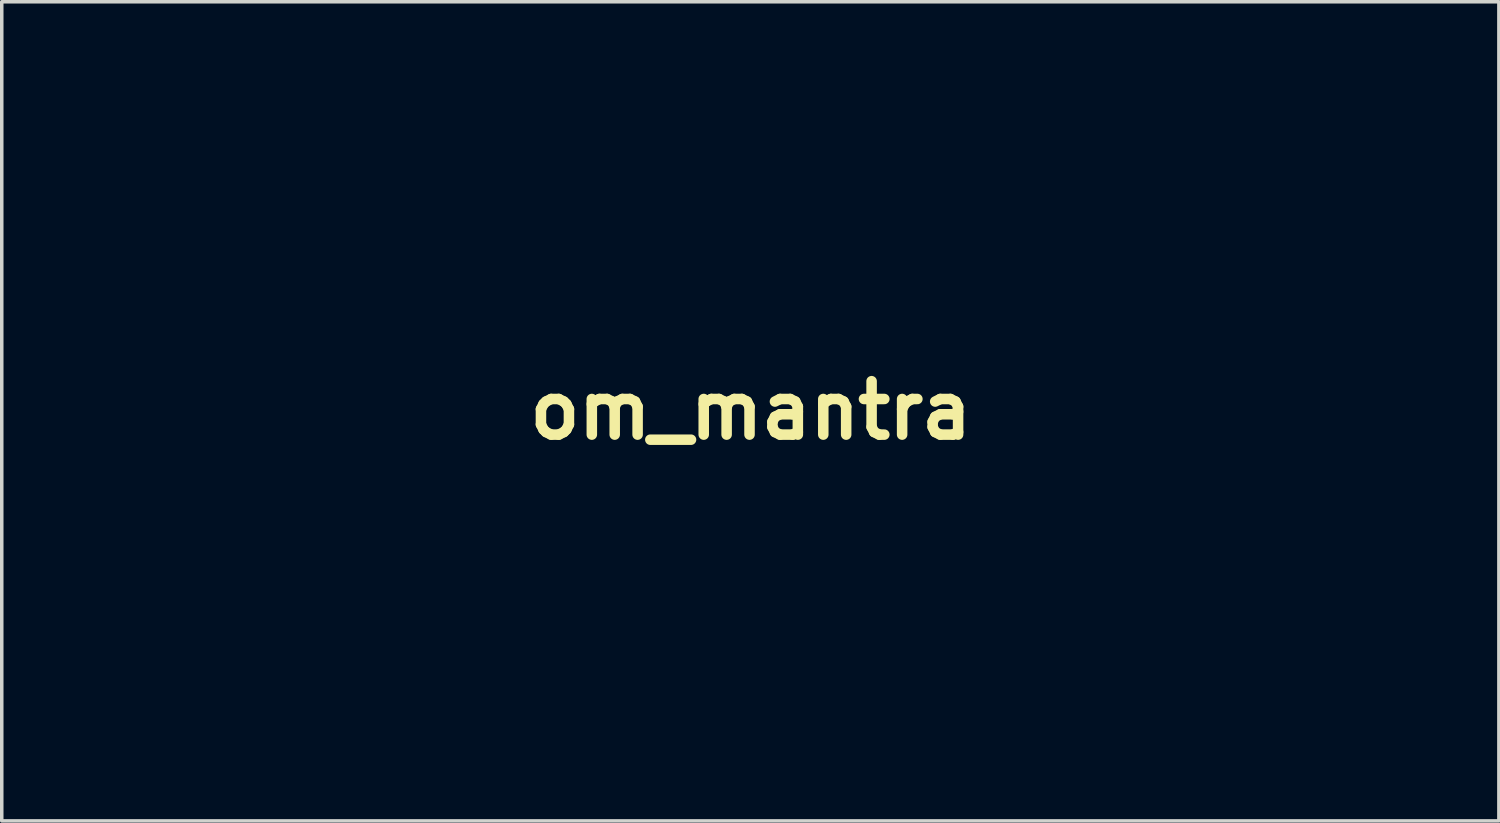
<source format=kicad_pcb>
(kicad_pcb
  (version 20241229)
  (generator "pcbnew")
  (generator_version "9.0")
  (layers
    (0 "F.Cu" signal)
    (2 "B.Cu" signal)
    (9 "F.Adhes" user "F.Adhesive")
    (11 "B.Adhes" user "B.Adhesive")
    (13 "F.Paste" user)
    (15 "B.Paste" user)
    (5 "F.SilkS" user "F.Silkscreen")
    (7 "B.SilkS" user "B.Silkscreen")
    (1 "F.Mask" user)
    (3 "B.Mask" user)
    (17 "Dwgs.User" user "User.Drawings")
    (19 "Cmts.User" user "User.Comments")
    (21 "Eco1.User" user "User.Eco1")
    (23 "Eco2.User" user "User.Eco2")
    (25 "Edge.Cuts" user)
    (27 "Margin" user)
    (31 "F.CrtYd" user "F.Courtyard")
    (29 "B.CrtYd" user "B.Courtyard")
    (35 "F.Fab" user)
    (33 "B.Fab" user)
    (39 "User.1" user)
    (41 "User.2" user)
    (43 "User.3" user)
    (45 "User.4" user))
  (footprint "om_mantra"
    (layer "F.Cu")
    (at 18.372 8.661)
    (property "Reference" "om_mantra" (at 0 0 0) (layer "F.SilkS") (effects (font (size 1.524 1.524) (thickness 0.3))))
    (attr through_hole)
    (fp_poly (pts (xy 16.897 -5.365) (xy 16.905 -5.307) (xy 16.885 -5.236) (xy 16.83 -5.133) (xy 16.745 -5.006) (xy 16.636 -4.861) (xy 16.51 -4.704) (xy 16.371 -4.543) (xy 16.226 -4.385) (xy 16.081 -4.235) (xy 15.942 -4.102) (xy 15.814 -3.992) (xy 15.704 -3.911) (xy 15.683 -3.898) (xy 15.514 -3.805) (xy 15.358 -3.739) (xy 15.2 -3.694) (xy 15.024 -3.667) (xy 14.812 -3.653) (xy 14.746 -3.651) (xy 14.514 -3.65) (xy 14.331 -3.659) (xy 14.191 -3.678) (xy 14.175 -3.682) (xy 13.947 -3.755) (xy 13.723 -3.873) (xy 13.499 -4.038) (xy 13.272 -4.251) (xy 13.04 -4.516) (xy 12.899 -4.697) (xy 12.769 -4.872) (xy 12.67 -5.008) (xy 12.598 -5.113) (xy 12.55 -5.192) (xy 12.52 -5.251) (xy 12.506 -5.296) (xy 12.503 -5.327) (xy 12.519 -5.379) (xy 12.568 -5.386) (xy 12.646 -5.348) (xy 12.681 -5.323) (xy 12.834 -5.218) (xy 13.026 -5.1) (xy 13.24 -4.978) (xy 13.464 -4.859) (xy 13.681 -4.752) (xy 13.877 -4.664) (xy 13.995 -4.617) (xy 14.176 -4.556) (xy 14.329 -4.517) (xy 14.475 -4.494) (xy 14.638 -4.486) (xy 14.732 -4.485) (xy 15.134 -4.513) (xy 15.52 -4.595) (xy 15.888 -4.729) (xy 16.233 -4.914) (xy 16.552 -5.147) (xy 16.631 -5.217) (xy 16.742 -5.313) (xy 16.82 -5.369) (xy 16.87 -5.386) (xy 16.897 -5.365)) (stroke (width 0.01) (type solid)) (fill yes) (layer "F.Mask"))
    (fp_poly (pts (xy 6.607 -6.524) (xy 6.618 -6.522) (xy 6.898 -6.466) (xy 7.171 -6.373) (xy 7.447 -6.24) (xy 7.734 -6.063) (xy 7.94 -5.915) (xy 8.112 -5.773) (xy 8.301 -5.594) (xy 8.495 -5.393) (xy 8.681 -5.181) (xy 8.848 -4.972) (xy 8.893 -4.911) (xy 8.982 -4.788) (xy 9.096 -4.636) (xy 9.224 -4.468) (xy 9.354 -4.299) (xy 9.448 -4.18) (xy 9.598 -3.987) (xy 9.714 -3.832) (xy 9.799 -3.711) (xy 9.855 -3.619) (xy 9.886 -3.55) (xy 9.895 -3.5) (xy 9.884 -3.465) (xy 9.88 -3.46) (xy 9.824 -3.422) (xy 9.789 -3.415) (xy 9.751 -3.434) (xy 9.681 -3.489) (xy 9.586 -3.572) (xy 9.473 -3.678) (xy 9.398 -3.752) (xy 9.077 -4.052) (xy 8.753 -4.316) (xy 8.406 -4.558) (xy 8.223 -4.673) (xy 7.814 -4.902) (xy 7.4 -5.096) (xy 6.989 -5.253) (xy 6.588 -5.37) (xy 6.207 -5.445) (xy 6.023 -5.465) (xy 5.91 -5.473) (xy 5.837 -5.473) (xy 5.788 -5.461) (xy 5.748 -5.435) (xy 5.705 -5.394) (xy 5.638 -5.34) (xy 5.577 -5.309) (xy 5.56 -5.306) (xy 5.502 -5.331) (xy 5.46 -5.393) (xy 5.447 -5.463) (xy 5.462 -5.504) (xy 5.505 -5.582) (xy 5.569 -5.688) (xy 5.647 -5.813) (xy 5.735 -5.947) (xy 5.826 -6.082) (xy 5.913 -6.208) (xy 5.992 -6.317) (xy 6.057 -6.4) (xy 6.1 -6.448) (xy 6.101 -6.449) (xy 6.189 -6.504) (xy 6.295 -6.535) (xy 6.431 -6.541) (xy 6.607 -6.524)) (stroke (width 0.01) (type solid)) (fill yes) (layer "F.Mask"))
    (fp_poly (pts (xy -14.549 -8.639) (xy -14.32 -8.574) (xy -14.105 -8.472) (xy -13.914 -8.339) (xy -13.759 -8.182) (xy -13.655 -8.023) (xy -13.608 -7.876) (xy -13.587 -7.697) (xy -13.595 -7.501) (xy -13.629 -7.307) (xy -13.665 -7.19) (xy -13.78 -6.939) (xy -13.922 -6.712) (xy -14.086 -6.517) (xy -14.264 -6.363) (xy -14.394 -6.284) (xy -14.484 -6.244) (xy -14.568 -6.221) (xy -14.667 -6.212) (xy -14.773 -6.211) (xy -14.905 -6.217) (xy -15.037 -6.23) (xy -15.141 -6.248) (xy -15.146 -6.249) (xy -15.352 -6.319) (xy -15.545 -6.423) (xy -15.713 -6.551) (xy -15.845 -6.696) (xy -15.907 -6.798) (xy -15.948 -6.925) (xy -15.967 -7.083) (xy -15.965 -7.251) (xy -15.941 -7.407) (xy -15.935 -7.43) (xy -15.854 -7.65) (xy -15.803 -7.754) (xy -15.462 -7.754) (xy -15.453 -7.614) (xy -15.409 -7.484) (xy -15.318 -7.339) (xy -15.182 -7.197) (xy -15.013 -7.065) (xy -14.822 -6.949) (xy -14.622 -6.858) (xy -14.424 -6.797) (xy -14.248 -6.775) (xy -14.181 -6.779) (xy -14.141 -6.804) (xy -14.109 -6.865) (xy -14.1 -6.887) (xy -14.056 -7.063) (xy -14.068 -7.232) (xy -14.136 -7.395) (xy -14.26 -7.552) (xy -14.37 -7.65) (xy -14.518 -7.752) (xy -14.693 -7.848) (xy -14.878 -7.931) (xy -15.061 -7.995) (xy -15.225 -8.034) (xy -15.327 -8.043) (xy -15.376 -8.036) (xy -15.406 -8.004) (xy -15.43 -7.934) (xy -15.434 -7.918) (xy -15.462 -7.754) (xy -15.803 -7.754) (xy -15.742 -7.877) (xy -15.611 -8.092) (xy -15.47 -8.273) (xy -15.446 -8.299) (xy -15.264 -8.466) (xy -15.083 -8.58) (xy -14.895 -8.642) (xy -14.695 -8.656) (xy -14.549 -8.639)) (stroke (width 0.01) (type solid)) (fill yes) (layer "F.Mask"))
    (fp_poly (pts (xy 14.754 -7.308) (xy 14.827 -7.304) (xy 14.954 -7.294) (xy 15.056 -7.276) (xy 15.155 -7.243) (xy 15.277 -7.189) (xy 15.3 -7.178) (xy 15.537 -7.043) (xy 15.72 -6.895) (xy 15.85 -6.732) (xy 15.925 -6.554) (xy 15.948 -6.371) (xy 15.924 -6.125) (xy 15.855 -5.883) (xy 15.749 -5.657) (xy 15.61 -5.455) (xy 15.444 -5.287) (xy 15.257 -5.162) (xy 15.224 -5.146) (xy 15.081 -5.099) (xy 14.905 -5.069) (xy 14.721 -5.058) (xy 14.549 -5.069) (xy 14.492 -5.079) (xy 14.243 -5.153) (xy 14.027 -5.26) (xy 13.852 -5.395) (xy 13.723 -5.555) (xy 13.706 -5.586) (xy 13.667 -5.661) (xy 13.644 -5.724) (xy 13.634 -5.792) (xy 13.633 -5.885) (xy 13.638 -5.993) (xy 13.669 -6.254) (xy 13.716 -6.412) (xy 14.142 -6.412) (xy 14.152 -6.322) (xy 14.178 -6.245) (xy 14.192 -6.217) (xy 14.283 -6.087) (xy 14.419 -5.959) (xy 14.586 -5.842) (xy 14.774 -5.743) (xy 14.97 -5.671) (xy 15.022 -5.657) (xy 15.162 -5.628) (xy 15.262 -5.622) (xy 15.334 -5.638) (xy 15.381 -5.673) (xy 15.426 -5.754) (xy 15.436 -5.865) (xy 15.412 -5.99) (xy 15.378 -6.073) (xy 15.285 -6.21) (xy 15.148 -6.348) (xy 14.978 -6.478) (xy 14.816 -6.574) (xy 14.704 -6.627) (xy 14.578 -6.676) (xy 14.451 -6.718) (xy 14.334 -6.749) (xy 14.241 -6.766) (xy 14.184 -6.766) (xy 14.174 -6.761) (xy 14.163 -6.725) (xy 14.152 -6.648) (xy 14.145 -6.547) (xy 14.144 -6.536) (xy 14.142 -6.412) (xy 13.716 -6.412) (xy 13.737 -6.484) (xy 13.848 -6.7) (xy 13.874 -6.741) (xy 14.051 -6.963) (xy 14.255 -7.137) (xy 14.408 -7.227) (xy 14.503 -7.272) (xy 14.578 -7.297) (xy 14.654 -7.308) (xy 14.754 -7.308)) (stroke (width 0.01) (type solid)) (fill yes) (layer "F.Mask"))
    (fp_poly (pts (xy -2.61 -7.02) (xy -2.57 -7.019) (xy -2.314 -7.003) (xy -2.092 -6.978) (xy -1.898 -6.937) (xy -1.728 -6.877) (xy -1.574 -6.794) (xy -1.432 -6.683) (xy -1.296 -6.54) (xy -1.161 -6.361) (xy -1.021 -6.142) (xy -0.871 -5.878) (xy -0.727 -5.608) (xy -0.623 -5.408) (xy -0.539 -5.249) (xy -0.469 -5.123) (xy -0.409 -5.019) (xy -0.353 -4.93) (xy -0.295 -4.846) (xy -0.23 -4.757) (xy -0.152 -4.656) (xy -0.097 -4.586) (xy 0.087 -4.35) (xy 0.239 -4.154) (xy 0.361 -3.994) (xy 0.456 -3.865) (xy 0.526 -3.763) (xy 0.575 -3.684) (xy 0.604 -3.623) (xy 0.617 -3.577) (xy 0.617 -3.54) (xy 0.606 -3.51) (xy 0.601 -3.502) (xy 0.582 -3.476) (xy 0.56 -3.459) (xy 0.531 -3.456) (xy 0.494 -3.469) (xy 0.443 -3.501) (xy 0.375 -3.554) (xy 0.287 -3.633) (xy 0.175 -3.739) (xy 0.035 -3.875) (xy -0.135 -4.045) (xy -0.34 -4.252) (xy -0.429 -4.341) (xy -0.676 -4.59) (xy -0.889 -4.801) (xy -1.074 -4.98) (xy -1.236 -5.131) (xy -1.38 -5.257) (xy -1.51 -5.364) (xy -1.633 -5.454) (xy -1.754 -5.533) (xy -1.877 -5.604) (xy -2.008 -5.673) (xy -2.151 -5.742) (xy -2.154 -5.743) (xy -2.389 -5.843) (xy -2.626 -5.924) (xy -2.855 -5.985) (xy -3.066 -6.024) (xy -3.251 -6.039) (xy -3.4 -6.027) (xy -3.445 -6.015) (xy -3.575 -5.95) (xy -3.667 -5.857) (xy -3.715 -5.746) (xy -3.713 -5.625) (xy -3.712 -5.623) (xy -3.664 -5.527) (xy -3.57 -5.424) (xy -3.442 -5.322) (xy -3.29 -5.227) (xy -3.123 -5.148) (xy -2.96 -5.093) (xy -2.824 -5.062) (xy -2.719 -5.056) (xy -2.621 -5.076) (xy -2.508 -5.124) (xy -2.498 -5.128) (xy -2.395 -5.173) (xy -2.332 -5.183) (xy -2.314 -5.175) (xy -2.304 -5.131) (xy -2.318 -5.048) (xy -2.349 -4.94) (xy -2.396 -4.819) (xy -2.453 -4.697) (xy -2.498 -4.615) (xy -2.636 -4.407) (xy -2.769 -4.252) (xy -2.902 -4.144) (xy -3.04 -4.08) (xy -3.188 -4.057) (xy -3.213 -4.057) (xy -3.391 -4.08) (xy -3.576 -4.141) (xy -3.76 -4.234) (xy -3.933 -4.35) (xy -4.087 -4.484) (xy -4.212 -4.629) (xy -4.299 -4.777) (xy -4.338 -4.917) (xy -4.336 -5.056) (xy -4.306 -5.232) (xy -4.251 -5.433) (xy -4.176 -5.65) (xy -4.082 -5.872) (xy -3.975 -6.089) (xy -3.879 -6.257) (xy -3.798 -6.374) (xy -3.692 -6.509) (xy -3.578 -6.64) (xy -3.516 -6.706) (xy -3.398 -6.819) (xy -3.296 -6.904) (xy -3.197 -6.963) (xy -3.091 -7) (xy -2.966 -7.019) (xy -2.809 -7.025) (xy -2.61 -7.02)) (stroke (width 0.01) (type solid)) (fill yes) (layer "F.Mask"))
    (fp_poly (pts (xy -9.653 -7.244) (xy -9.629 -7.212) (xy -9.624 -7.161) (xy -9.65 -7.04) (xy -9.725 -6.902) (xy -9.844 -6.753) (xy -10.004 -6.595) (xy -10.198 -6.432) (xy -10.423 -6.266) (xy -10.675 -6.101) (xy -10.949 -5.941) (xy -11.24 -5.789) (xy -11.544 -5.648) (xy -11.797 -5.545) (xy -11.941 -5.494) (xy -12.104 -5.447) (xy -12.296 -5.401) (xy -12.522 -5.356) (xy -12.793 -5.308) (xy -12.979 -5.277) (xy -13.336 -5.211) (xy -13.64 -5.133) (xy -13.893 -5.043) (xy -14.097 -4.939) (xy -14.253 -4.821) (xy -14.365 -4.687) (xy -14.434 -4.536) (xy -14.448 -4.48) (xy -14.458 -4.386) (xy -14.461 -4.252) (xy -14.456 -4.095) (xy -14.445 -3.931) (xy -14.428 -3.777) (xy -14.407 -3.649) (xy -14.405 -3.639) (xy -14.406 -3.568) (xy -14.426 -3.535) (xy -14.497 -3.5) (xy -14.584 -3.484) (xy -14.647 -3.49) (xy -14.679 -3.514) (xy -14.744 -3.571) (xy -14.837 -3.657) (xy -14.951 -3.766) (xy -15.08 -3.891) (xy -15.155 -3.965) (xy -15.412 -4.213) (xy -15.638 -4.424) (xy -15.842 -4.602) (xy -16.028 -4.752) (xy -16.204 -4.878) (xy -16.376 -4.988) (xy -16.551 -5.084) (xy -16.66 -5.138) (xy -16.924 -5.248) (xy -17.156 -5.313) (xy -17.355 -5.331) (xy -17.522 -5.303) (xy -17.582 -5.278) (xy -17.653 -5.245) (xy -17.695 -5.238) (xy -17.727 -5.258) (xy -17.736 -5.266) (xy -17.762 -5.292) (xy -17.774 -5.316) (xy -17.771 -5.35) (xy -17.752 -5.408) (xy -17.714 -5.503) (xy -17.705 -5.525) (xy -17.615 -5.725) (xy -17.511 -5.914) (xy -17.4 -6.082) (xy -17.288 -6.221) (xy -17.181 -6.322) (xy -17.116 -6.363) (xy -16.98 -6.397) (xy -16.821 -6.385) (xy -16.644 -6.33) (xy -16.455 -6.235) (xy -16.259 -6.101) (xy -16.062 -5.933) (xy -15.867 -5.733) (xy -15.812 -5.669) (xy -15.706 -5.535) (xy -15.579 -5.361) (xy -15.437 -5.157) (xy -15.288 -4.933) (xy -15.136 -4.697) (xy -14.989 -4.459) (xy -14.913 -4.333) (xy -14.746 -4.051) (xy -14.728 -4.319) (xy -14.692 -4.588) (xy -14.62 -4.848) (xy -14.506 -5.109) (xy -14.349 -5.382) (xy -14.28 -5.484) (xy -14.21 -5.576) (xy -14.135 -5.658) (xy -14.049 -5.733) (xy -13.949 -5.803) (xy -13.831 -5.869) (xy -13.691 -5.933) (xy -13.523 -5.997) (xy -13.324 -6.064) (xy -13.089 -6.134) (xy -12.815 -6.209) (xy -12.497 -6.293) (xy -12.131 -6.385) (xy -11.882 -6.447) (xy -11.552 -6.529) (xy -11.272 -6.601) (xy -11.034 -6.664) (xy -10.834 -6.721) (xy -10.665 -6.773) (xy -10.522 -6.823) (xy -10.397 -6.873) (xy -10.286 -6.924) (xy -10.183 -6.979) (xy -10.081 -7.039) (xy -10.033 -7.069) (xy -9.884 -7.161) (xy -9.774 -7.22) (xy -9.699 -7.247) (xy -9.653 -7.244)) (stroke (width 0.01) (type solid)) (fill yes) (layer "F.Mask"))
    (fp_poly (pts (xy 9.109 -3.211) (xy 10.569 -3.203) (xy 10.578 -3.114) (xy 10.569 -2.954) (xy 10.51 -2.805) (xy 10.397 -2.659) (xy 10.371 -2.633) (xy 10.244 -2.523) (xy 10.105 -2.43) (xy 9.946 -2.353) (xy 9.757 -2.286) (xy 9.531 -2.228) (xy 9.26 -2.175) (xy 9.18 -2.161) (xy 8.952 -2.119) (xy 8.768 -2.075) (xy 8.612 -2.023) (xy 8.473 -1.959) (xy 8.336 -1.877) (xy 8.251 -1.818) (xy 8.073 -1.666) (xy 7.91 -1.48) (xy 7.775 -1.275) (xy 7.679 -1.068) (xy 7.665 -1.026) (xy 7.656 -0.99) (xy 7.668 -0.979) (xy 7.713 -0.99) (xy 7.767 -1.01) (xy 7.881 -1.037) (xy 8.04 -1.056) (xy 8.234 -1.065) (xy 8.452 -1.067) (xy 8.685 -1.06) (xy 8.921 -1.044) (xy 9.151 -1.021) (xy 9.363 -0.991) (xy 9.469 -0.971) (xy 9.804 -0.885) (xy 10.093 -0.774) (xy 10.344 -0.632) (xy 10.563 -0.453) (xy 10.756 -0.234) (xy 10.929 0.032) (xy 11.061 0.286) (xy 11.167 0.526) (xy 11.264 0.78) (xy 11.353 1.051) (xy 11.434 1.343) (xy 11.508 1.662) (xy 11.575 2.01) (xy 11.638 2.393) (xy 11.695 2.814) (xy 11.749 3.277) (xy 11.8 3.787) (xy 11.849 4.348) (xy 11.866 4.558) (xy 11.889 4.864) (xy 11.908 5.118) (xy 11.921 5.325) (xy 11.929 5.49) (xy 11.933 5.616) (xy 11.933 5.709) (xy 11.928 5.773) (xy 11.919 5.812) (xy 11.911 5.827) (xy 11.846 5.866) (xy 11.767 5.854) (xy 11.712 5.82) (xy 11.696 5.802) (xy 11.68 5.772) (xy 11.662 5.725) (xy 11.642 5.656) (xy 11.618 5.561) (xy 11.589 5.434) (xy 11.554 5.271) (xy 11.512 5.067) (xy 11.461 4.818) (xy 11.401 4.517) (xy 11.401 4.514) (xy 11.309 4.055) (xy 11.227 3.647) (xy 11.153 3.286) (xy 11.085 2.968) (xy 11.024 2.688) (xy 10.968 2.442) (xy 10.916 2.225) (xy 10.867 2.035) (xy 10.82 1.865) (xy 10.774 1.712) (xy 10.728 1.572) (xy 10.68 1.441) (xy 10.636 1.326) (xy 10.49 1.017) (xy 10.316 0.753) (xy 10.11 0.53) (xy 9.869 0.348) (xy 9.59 0.202) (xy 9.27 0.092) (xy 8.906 0.013) (xy 8.72 -0.012) (xy 8.536 -0.026) (xy 8.345 -0.029) (xy 8.139 -0.02) (xy 7.91 0.003) (xy 7.649 0.038) (xy 7.35 0.087) (xy 7.046 0.142) (xy 6.882 0.17) (xy 6.768 0.184) (xy 6.702 0.183) (xy 6.684 0.175) (xy 6.672 0.127) (xy 6.691 0.043) (xy 6.735 -0.068) (xy 6.799 -0.198) (xy 6.878 -0.336) (xy 6.969 -0.474) (xy 7.066 -0.603) (xy 7.126 -0.674) (xy 7.174 -0.735) (xy 7.221 -0.814) (xy 7.271 -0.92) (xy 7.329 -1.062) (xy 7.394 -1.235) (xy 7.456 -1.401) (xy 7.519 -1.565) (xy 7.577 -1.711) (xy 7.624 -1.827) (xy 7.643 -1.87) (xy 7.69 -1.983) (xy 7.705 -2.061) (xy 7.684 -2.109) (xy 7.621 -2.134) (xy 7.51 -2.144) (xy 7.422 -2.145) (xy 7.262 -2.15) (xy 7.152 -2.167) (xy 7.086 -2.198) (xy 7.057 -2.244) (xy 7.056 -2.264) (xy 7.071 -2.307) (xy 7.113 -2.388) (xy 7.177 -2.499) (xy 7.259 -2.63) (xy 7.352 -2.773) (xy 7.352 -2.773) (xy 7.649 -3.218) (xy 9.109 -3.211)) (stroke (width 0.01) (type solid)) (fill yes) (layer "F.Mask"))
    (fp_poly (pts (xy 6.066 -3.214) (xy 6.17 -3.208) (xy 6.23 -3.199) (xy 6.289 -3.159) (xy 6.314 -3.088) (xy 6.3 -3.008) (xy 6.287 -2.984) (xy 6.253 -2.917) (xy 6.208 -2.807) (xy 6.155 -2.665) (xy 6.099 -2.502) (xy 6.044 -2.33) (xy 5.993 -2.16) (xy 5.95 -2.003) (xy 5.932 -1.933) (xy 5.859 -1.623) (xy 5.853 0.323) (xy 5.852 0.702) (xy 5.85 1.029) (xy 5.849 1.308) (xy 5.847 1.542) (xy 5.845 1.735) (xy 5.843 1.892) (xy 5.84 2.016) (xy 5.836 2.112) (xy 5.831 2.183) (xy 5.825 2.234) (xy 5.819 2.268) (xy 5.811 2.289) (xy 5.802 2.302) (xy 5.797 2.306) (xy 5.731 2.336) (xy 5.693 2.342) (xy 5.657 2.323) (xy 5.587 2.27) (xy 5.49 2.186) (xy 5.372 2.08) (xy 5.239 1.954) (xy 5.225 1.94) (xy 4.903 1.644) (xy 4.593 1.391) (xy 4.283 1.173) (xy 3.961 0.983) (xy 3.616 0.812) (xy 3.539 0.778) (xy 3.158 0.635) (xy 2.774 0.538) (xy 2.395 0.487) (xy 2.03 0.485) (xy 1.806 0.509) (xy 1.703 0.53) (xy 1.565 0.564) (xy 1.409 0.605) (xy 1.253 0.651) (xy 1.115 0.694) (xy 1.028 0.724) (xy 1 0.729) (xy 0.992 0.704) (xy 0.999 0.639) (xy 1.002 0.618) (xy 1.039 0.452) (xy 1.095 0.26) (xy 1.163 0.067) (xy 1.234 -0.102) (xy 1.239 -0.113) (xy 1.29 -0.239) (xy 1.321 -0.354) (xy 1.327 -0.409) (xy 1.337 -0.523) (xy 1.363 -0.673) (xy 1.4 -0.841) (xy 1.446 -1.01) (xy 1.496 -1.163) (xy 1.512 -1.205) (xy 1.554 -1.304) (xy 1.613 -1.438) (xy 1.684 -1.588) (xy 1.757 -1.738) (xy 1.764 -1.754) (xy 1.941 -2.111) (xy 1.699 -2.131) (xy 1.534 -2.15) (xy 1.415 -2.175) (xy 1.344 -2.205) (xy 1.326 -2.233) (xy 1.341 -2.262) (xy 1.383 -2.331) (xy 1.448 -2.432) (xy 1.529 -2.557) (xy 1.624 -2.699) (xy 1.644 -2.729) (xy 1.961 -3.203) (xy 2.949 -3.211) (xy 3.223 -3.213) (xy 3.445 -3.214) (xy 3.621 -3.213) (xy 3.755 -3.21) (xy 3.854 -3.202) (xy 3.922 -3.188) (xy 3.964 -3.169) (xy 3.986 -3.141) (xy 3.992 -3.106) (xy 3.988 -3.06) (xy 3.979 -3.004) (xy 3.977 -2.991) (xy 3.92 -2.811) (xy 3.813 -2.645) (xy 3.66 -2.497) (xy 3.466 -2.371) (xy 3.236 -2.272) (xy 3.146 -2.243) (xy 2.989 -2.189) (xy 2.844 -2.116) (xy 2.694 -2.015) (xy 2.557 -1.904) (xy 2.369 -1.725) (xy 2.192 -1.521) (xy 2.034 -1.302) (xy 1.902 -1.079) (xy 1.803 -0.864) (xy 1.745 -0.67) (xy 1.731 -0.58) (xy 1.724 -0.516) (xy 1.727 -0.493) (xy 1.759 -0.494) (xy 1.825 -0.512) (xy 1.865 -0.527) (xy 1.964 -0.55) (xy 2.103 -0.565) (xy 2.269 -0.572) (xy 2.448 -0.57) (xy 2.623 -0.559) (xy 2.782 -0.54) (xy 2.794 -0.538) (xy 3.159 -0.447) (xy 3.502 -0.307) (xy 3.823 -0.118) (xy 4.125 0.124) (xy 4.409 0.417) (xy 4.656 0.734) (xy 4.788 0.915) (xy 4.906 1.063) (xy 5.023 1.193) (xy 5.154 1.323) (xy 5.254 1.415) (xy 5.484 1.622) (xy 5.468 1.171) (xy 5.454 0.923) (xy 5.431 0.647) (xy 5.399 0.351) (xy 5.359 0.041) (xy 5.314 -0.275) (xy 5.264 -0.589) (xy 5.21 -0.894) (xy 5.154 -1.182) (xy 5.097 -1.447) (xy 5.041 -1.679) (xy 4.986 -1.873) (xy 4.934 -2.02) (xy 4.919 -2.053) (xy 4.876 -2.12) (xy 4.825 -2.142) (xy 4.75 -2.121) (xy 4.715 -2.104) (xy 4.638 -2.083) (xy 4.578 -2.1) (xy 4.55 -2.148) (xy 4.555 -2.192) (xy 4.58 -2.228) (xy 4.639 -2.296) (xy 4.727 -2.391) (xy 4.838 -2.507) (xy 4.966 -2.636) (xy 5.045 -2.715) (xy 5.208 -2.873) (xy 5.337 -2.995) (xy 5.436 -3.084) (xy 5.512 -3.145) (xy 5.569 -3.181) (xy 5.611 -3.198) (xy 5.613 -3.198) (xy 5.695 -3.208) (xy 5.81 -3.214) (xy 5.94 -3.216) (xy 6.066 -3.214)) (stroke (width 0.01) (type solid)) (fill yes) (layer "F.Mask"))
    (fp_poly (pts (xy -0.325 -3.203) (xy -0.316 -3.099) (xy -0.329 -2.967) (xy -0.385 -2.822) (xy -0.477 -2.681) (xy -0.564 -2.586) (xy -0.696 -2.479) (xy -0.857 -2.383) (xy -1.055 -2.293) (xy -1.298 -2.205) (xy -1.495 -2.131) (xy -1.646 -2.053) (xy -1.763 -1.961) (xy -1.856 -1.849) (xy -1.931 -1.716) (xy -1.98 -1.605) (xy -2.024 -1.486) (xy -2.06 -1.369) (xy -2.084 -1.269) (xy -2.092 -1.199) (xy -2.085 -1.173) (xy -2.053 -1.174) (xy -1.986 -1.192) (xy -1.929 -1.213) (xy -1.707 -1.279) (xy -1.46 -1.325) (xy -1.203 -1.349) (xy -0.951 -1.349) (xy -0.717 -1.327) (xy -0.519 -1.28) (xy -0.502 -1.275) (xy -0.244 -1.155) (xy -0.024 -0.995) (xy 0.155 -0.796) (xy 0.291 -0.562) (xy 0.382 -0.296) (xy 0.396 -0.232) (xy 0.416 -0.072) (xy 0.422 0.123) (xy 0.415 0.333) (xy 0.396 0.54) (xy 0.367 0.724) (xy 0.339 0.833) (xy 0.222 1.13) (xy 0.072 1.391) (xy -0.108 1.614) (xy -0.313 1.794) (xy -0.54 1.93) (xy -0.785 2.017) (xy -1.043 2.054) (xy -1.214 2.05) (xy -1.445 2.001) (xy -1.655 1.902) (xy -1.842 1.754) (xy -2.005 1.558) (xy -2.142 1.317) (xy -2.252 1.032) (xy -2.334 0.704) (xy -2.361 0.552) (xy -2.409 0.226) (xy -2.477 0.289) (xy -2.557 0.379) (xy -2.65 0.508) (xy -2.75 0.666) (xy -2.85 0.839) (xy -2.941 1.015) (xy -3.016 1.182) (xy -3.029 1.214) (xy -3.117 1.444) (xy -3.197 1.674) (xy -3.269 1.908) (xy -3.335 2.151) (xy -3.396 2.406) (xy -3.451 2.679) (xy -3.503 2.973) (xy -3.55 3.293) (xy -3.595 3.644) (xy -3.638 4.029) (xy -3.679 4.453) (xy -3.719 4.921) (xy -3.759 5.437) (xy -3.798 5.969) (xy -3.818 6.256) (xy -3.836 6.492) (xy -3.852 6.681) (xy -3.866 6.828) (xy -3.879 6.937) (xy -3.891 7.014) (xy -3.903 7.064) (xy -3.915 7.09) (xy -3.916 7.091) (xy -3.972 7.125) (xy -4.046 7.139) (xy -4.117 7.133) (xy -4.163 7.106) (xy -4.166 7.099) (xy -4.169 7.064) (xy -4.171 6.978) (xy -4.172 6.845) (xy -4.173 6.67) (xy -4.174 6.458) (xy -4.174 6.213) (xy -4.173 5.941) (xy -4.172 5.646) (xy -4.17 5.333) (xy -4.169 5.215) (xy -4.166 4.807) (xy -4.163 4.45) (xy -4.159 4.138) (xy -4.154 3.866) (xy -4.147 3.627) (xy -4.14 3.418) (xy -4.13 3.231) (xy -4.118 3.061) (xy -4.104 2.903) (xy -4.087 2.752) (xy -4.067 2.6) (xy -4.043 2.444) (xy -4.016 2.277) (xy -4.006 2.215) (xy -3.9 1.692) (xy -3.769 1.2) (xy -3.612 0.744) (xy -3.431 0.325) (xy -3.232 -0.044) (xy -2.027 -0.044) (xy -2.019 0.048) (xy -2.001 0.169) (xy -1.977 0.308) (xy -1.949 0.451) (xy -1.918 0.585) (xy -1.888 0.699) (xy -1.876 0.736) (xy -1.782 0.961) (xy -1.667 1.151) (xy -1.535 1.302) (xy -1.392 1.404) (xy -1.369 1.415) (xy -1.256 1.447) (xy -1.107 1.464) (xy -0.939 1.465) (xy -0.769 1.45) (xy -0.635 1.424) (xy -0.464 1.362) (xy -0.336 1.272) (xy -0.243 1.147) (xy -0.225 1.114) (xy -0.195 1.043) (xy -0.177 0.973) (xy -0.171 0.888) (xy -0.172 0.77) (xy -0.174 0.725) (xy -0.183 0.589) (xy -0.198 0.49) (xy -0.223 0.408) (xy -0.263 0.325) (xy -0.267 0.316) (xy -0.385 0.147) (xy -0.538 -0.002) (xy -0.705 -0.113) (xy -0.862 -0.177) (xy -1.055 -0.23) (xy -1.262 -0.268) (xy -1.463 -0.287) (xy -1.477 -0.287) (xy -1.598 -0.288) (xy -1.685 -0.281) (xy -1.756 -0.261) (xy -1.834 -0.224) (xy -1.859 -0.211) (xy -1.942 -0.162) (xy -2.002 -0.118) (xy -2.024 -0.094) (xy -2.027 -0.044) (xy -3.232 -0.044) (xy -3.229 -0.051) (xy -3.006 -0.381) (xy -2.765 -0.661) (xy -2.708 -0.717) (xy -2.476 -0.939) (xy -2.51 -1.366) (xy -2.53 -1.591) (xy -2.55 -1.766) (xy -2.57 -1.898) (xy -2.593 -1.993) (xy -2.62 -2.059) (xy -2.645 -2.095) (xy -2.671 -2.116) (xy -2.71 -2.13) (xy -2.774 -2.139) (xy -2.872 -2.143) (xy -3.013 -2.145) (xy -3.065 -2.145) (xy -3.259 -2.148) (xy -3.403 -2.157) (xy -3.502 -2.173) (xy -3.56 -2.198) (xy -3.583 -2.233) (xy -3.584 -2.244) (xy -3.569 -2.28) (xy -3.527 -2.354) (xy -3.463 -2.46) (xy -3.381 -2.589) (xy -3.287 -2.732) (xy -3.273 -2.753) (xy -2.962 -3.218) (xy -0.325 -3.203)) (stroke (width 0.01) (type solid)) (fill yes) (layer "F.Mask"))
    (fp_poly (pts (xy 8.453 2.187) (xy 8.462 2.299) (xy 8.449 2.48) (xy 8.381 2.65) (xy 8.259 2.808) (xy 8.08 2.955) (xy 7.988 3.015) (xy 7.887 3.077) (xy 7.812 3.131) (xy 7.758 3.187) (xy 7.723 3.256) (xy 7.702 3.346) (xy 7.69 3.467) (xy 7.684 3.629) (xy 7.682 3.748) (xy 7.673 4.219) (xy 7.816 4.284) (xy 7.944 4.36) (xy 8.087 4.472) (xy 8.232 4.61) (xy 8.365 4.761) (xy 8.424 4.838) (xy 8.476 4.914) (xy 8.551 5.029) (xy 8.642 5.171) (xy 8.742 5.331) (xy 8.846 5.498) (xy 8.873 5.541) (xy 9.018 5.774) (xy 9.142 5.966) (xy 9.253 6.127) (xy 9.357 6.265) (xy 9.461 6.39) (xy 9.572 6.51) (xy 9.678 6.617) (xy 9.878 6.814) (xy 9.878 6.511) (xy 9.872 6.308) (xy 9.857 6.059) (xy 9.833 5.773) (xy 9.799 5.459) (xy 9.759 5.126) (xy 9.749 5.052) (xy 9.718 4.847) (xy 9.68 4.63) (xy 9.636 4.406) (xy 9.588 4.183) (xy 9.538 3.969) (xy 9.487 3.769) (xy 9.438 3.593) (xy 9.392 3.446) (xy 9.351 3.337) (xy 9.316 3.271) (xy 9.3 3.256) (xy 9.25 3.257) (xy 9.182 3.281) (xy 9.094 3.31) (xy 9.033 3.301) (xy 9.008 3.256) (xy 9.008 3.233) (xy 9.03 3.193) (xy 9.085 3.119) (xy 9.169 3.017) (xy 9.276 2.893) (xy 9.401 2.754) (xy 9.451 2.699) (xy 9.6 2.538) (xy 9.719 2.414) (xy 9.816 2.322) (xy 9.897 2.257) (xy 9.971 2.214) (xy 10.047 2.189) (xy 10.131 2.177) (xy 10.231 2.174) (xy 10.32 2.173) (xy 10.478 2.177) (xy 10.587 2.192) (xy 10.655 2.219) (xy 10.689 2.261) (xy 10.696 2.308) (xy 10.688 2.376) (xy 10.67 2.414) (xy 10.645 2.459) (xy 10.609 2.549) (xy 10.565 2.673) (xy 10.516 2.822) (xy 10.465 2.986) (xy 10.416 3.154) (xy 10.371 3.318) (xy 10.333 3.466) (xy 10.306 3.589) (xy 10.302 3.612) (xy 10.289 3.683) (xy 10.279 3.752) (xy 10.27 3.824) (xy 10.263 3.904) (xy 10.258 3.997) (xy 10.253 4.109) (xy 10.25 4.244) (xy 10.248 4.408) (xy 10.246 4.605) (xy 10.245 4.842) (xy 10.245 5.122) (xy 10.246 5.451) (xy 10.246 5.625) (xy 10.246 6.002) (xy 10.245 6.325) (xy 10.244 6.598) (xy 10.242 6.824) (xy 10.239 7.005) (xy 10.235 7.146) (xy 10.23 7.247) (xy 10.224 7.314) (xy 10.217 7.349) (xy 10.215 7.354) (xy 10.166 7.388) (xy 10.1 7.385) (xy 10.009 7.342) (xy 9.961 7.313) (xy 9.913 7.279) (xy 9.827 7.215) (xy 9.705 7.123) (xy 9.554 7.008) (xy 9.378 6.874) (xy 9.183 6.724) (xy 8.973 6.562) (xy 8.763 6.399) (xy 7.691 5.567) (xy 7.641 5.767) (xy 7.551 6.015) (xy 7.413 6.239) (xy 7.234 6.432) (xy 7.021 6.585) (xy 6.95 6.623) (xy 6.872 6.659) (xy 6.804 6.682) (xy 6.728 6.695) (xy 6.629 6.701) (xy 6.492 6.703) (xy 6.476 6.703) (xy 6.337 6.702) (xy 6.237 6.697) (xy 6.161 6.685) (xy 6.089 6.662) (xy 6.006 6.625) (xy 5.949 6.597) (xy 5.726 6.456) (xy 5.536 6.273) (xy 5.384 6.056) (xy 5.274 5.809) (xy 5.208 5.539) (xy 5.19 5.304) (xy 5.191 5.282) (xy 5.658 5.282) (xy 5.673 5.408) (xy 5.716 5.547) (xy 5.783 5.689) (xy 5.872 5.825) (xy 5.976 5.948) (xy 6.094 6.047) (xy 6.158 6.085) (xy 6.337 6.149) (xy 6.534 6.166) (xy 6.738 6.138) (xy 6.91 6.076) (xy 7.031 6.004) (xy 7.119 5.91) (xy 7.144 5.874) (xy 7.227 5.713) (xy 7.284 5.541) (xy 7.309 5.379) (xy 7.31 5.359) (xy 7.306 5.302) (xy 7.288 5.257) (xy 7.246 5.212) (xy 7.171 5.154) (xy 7.132 5.126) (xy 6.999 5.04) (xy 6.872 4.984) (xy 6.735 4.952) (xy 6.574 4.942) (xy 6.396 4.949) (xy 6.158 4.972) (xy 5.962 5.009) (xy 5.812 5.058) (xy 5.73 5.104) (xy 5.676 5.178) (xy 5.658 5.282) (xy 5.191 5.282) (xy 5.196 5.143) (xy 5.217 5.011) (xy 5.256 4.88) (xy 5.377 4.62) (xy 5.536 4.395) (xy 5.727 4.207) (xy 5.944 4.06) (xy 6.181 3.956) (xy 6.433 3.897) (xy 6.694 3.888) (xy 6.957 3.93) (xy 7.133 3.988) (xy 7.31 4.06) (xy 7.31 3.962) (xy 7.287 3.838) (xy 7.226 3.699) (xy 7.135 3.559) (xy 7.025 3.432) (xy 6.904 3.332) (xy 6.891 3.324) (xy 6.85 3.301) (xy 6.806 3.284) (xy 6.749 3.271) (xy 6.67 3.262) (xy 6.56 3.255) (xy 6.41 3.25) (xy 6.274 3.246) (xy 6.059 3.238) (xy 5.899 3.228) (xy 5.791 3.216) (xy 5.734 3.202) (xy 5.726 3.197) (xy 5.72 3.175) (xy 5.732 3.135) (xy 5.765 3.069) (xy 5.822 2.974) (xy 5.905 2.843) (xy 6.018 2.672) (xy 6.021 2.667) (xy 6.351 2.172) (xy 8.453 2.187)) (stroke (width 0.01) (type solid)) (fill yes) (layer "F.Mask"))
    (fp_poly (pts (xy -8.177 -3.211) (xy -6.844 -3.203) (xy -6.835 -3.085) (xy -6.851 -2.926) (xy -6.917 -2.767) (xy -7.027 -2.614) (xy -7.175 -2.476) (xy -7.356 -2.358) (xy -7.513 -2.286) (xy -7.633 -2.241) (xy -7.723 -2.206) (xy -7.787 -2.17) (xy -7.831 -2.127) (xy -7.857 -2.067) (xy -7.87 -1.982) (xy -7.874 -1.864) (xy -7.874 -1.704) (xy -7.873 -1.559) (xy -7.873 -1.002) (xy -7.673 -0.875) (xy -7.501 -0.753) (xy -7.329 -0.606) (xy -7.154 -0.429) (xy -6.971 -0.217) (xy -6.777 0.034) (xy -6.568 0.329) (xy -6.373 0.621) (xy -6.122 0.989) (xy -5.869 1.333) (xy -5.621 1.64) (xy -5.489 1.792) (xy -5.387 1.905) (xy -5.404 1.425) (xy -5.419 1.124) (xy -5.444 0.801) (xy -5.477 0.464) (xy -5.517 0.119) (xy -5.564 -0.226) (xy -5.615 -0.563) (xy -5.669 -0.886) (xy -5.727 -1.188) (xy -5.786 -1.461) (xy -5.845 -1.697) (xy -5.903 -1.891) (xy -5.95 -2.013) (xy -5.992 -2.098) (xy -6.032 -2.136) (xy -6.083 -2.134) (xy -6.154 -2.102) (xy -6.232 -2.08) (xy -6.301 -2.089) (xy -6.344 -2.127) (xy -6.35 -2.153) (xy -6.33 -2.185) (xy -6.276 -2.249) (xy -6.194 -2.338) (xy -6.09 -2.445) (xy -5.972 -2.565) (xy -5.845 -2.69) (xy -5.718 -2.814) (xy -5.595 -2.93) (xy -5.485 -3.033) (xy -5.393 -3.114) (xy -5.327 -3.168) (xy -5.297 -3.188) (xy -5.228 -3.202) (xy -5.123 -3.212) (xy -4.998 -3.216) (xy -4.869 -3.216) (xy -4.753 -3.21) (xy -4.664 -3.199) (xy -4.627 -3.188) (xy -4.583 -3.149) (xy -4.572 -3.122) (xy -4.581 -3.084) (xy -4.607 -3.002) (xy -4.646 -2.888) (xy -4.695 -2.75) (xy -4.731 -2.65) (xy -4.793 -2.471) (xy -4.855 -2.278) (xy -4.91 -2.092) (xy -4.952 -1.933) (xy -4.962 -1.891) (xy -5.034 -1.566) (xy -5.044 0.294) (xy -5.046 0.704) (xy -5.047 1.069) (xy -5.047 1.387) (xy -5.045 1.657) (xy -5.043 1.876) (xy -5.039 2.044) (xy -5.035 2.159) (xy -5.029 2.22) (xy -5.027 2.227) (xy -5 2.31) (xy -4.981 2.39) (xy -4.987 2.484) (xy -5.038 2.555) (xy -5.126 2.592) (xy -5.172 2.595) (xy -5.195 2.591) (xy -5.227 2.578) (xy -5.27 2.552) (xy -5.327 2.512) (xy -5.402 2.455) (xy -5.498 2.378) (xy -5.618 2.278) (xy -5.766 2.153) (xy -5.944 2.001) (xy -6.157 1.817) (xy -6.407 1.601) (xy -6.562 1.467) (xy -6.793 1.266) (xy -7.012 1.077) (xy -7.215 0.902) (xy -7.397 0.745) (xy -7.556 0.609) (xy -7.688 0.498) (xy -7.788 0.413) (xy -7.854 0.359) (xy -7.881 0.339) (xy -7.881 0.339) (xy -7.896 0.363) (xy -7.902 0.423) (xy -7.902 0.426) (xy -7.924 0.615) (xy -7.987 0.823) (xy -8.082 1.037) (xy -8.204 1.244) (xy -8.346 1.432) (xy -8.501 1.589) (xy -8.531 1.613) (xy -8.709 1.738) (xy -8.88 1.821) (xy -9.063 1.868) (xy -9.246 1.886) (xy -9.522 1.88) (xy -9.764 1.834) (xy -9.981 1.745) (xy -10.18 1.609) (xy -10.289 1.51) (xy -10.463 1.3) (xy -10.589 1.063) (xy -10.666 0.797) (xy -10.696 0.502) (xy -10.696 0.461) (xy -10.687 0.243) (xy -10.674 0.162) (xy -10.178 0.162) (xy -10.176 0.311) (xy -10.161 0.404) (xy -10.09 0.649) (xy -9.979 0.866) (xy -9.832 1.05) (xy -9.656 1.193) (xy -9.454 1.291) (xy -9.426 1.3) (xy -9.363 1.311) (xy -9.265 1.319) (xy -9.151 1.324) (xy -9.144 1.324) (xy -9.008 1.32) (xy -8.902 1.302) (xy -8.803 1.265) (xy -8.789 1.259) (xy -8.608 1.145) (xy -8.46 0.987) (xy -8.347 0.791) (xy -8.274 0.563) (xy -8.269 0.537) (xy -8.245 0.389) (xy -8.24 0.281) (xy -8.255 0.201) (xy -8.295 0.135) (xy -8.36 0.072) (xy -8.529 -0.05) (xy -8.717 -0.138) (xy -8.929 -0.194) (xy -9.176 -0.219) (xy -9.464 -0.217) (xy -9.469 -0.217) (xy -9.658 -0.204) (xy -9.801 -0.186) (xy -9.908 -0.158) (xy -9.991 -0.12) (xy -10.06 -0.067) (xy -10.073 -0.054) (xy -10.144 0.043) (xy -10.178 0.162) (xy -10.674 0.162) (xy -10.657 0.055) (xy -10.6 -0.129) (xy -10.523 -0.304) (xy -10.38 -0.546) (xy -10.196 -0.768) (xy -9.981 -0.962) (xy -9.744 -1.117) (xy -9.518 -1.218) (xy -9.311 -1.266) (xy -9.068 -1.282) (xy -8.8 -1.268) (xy -8.518 -1.222) (xy -8.301 -1.168) (xy -8.261 -1.16) (xy -8.244 -1.174) (xy -8.247 -1.224) (xy -8.254 -1.273) (xy -8.296 -1.429) (xy -8.37 -1.594) (xy -8.467 -1.756) (xy -8.578 -1.903) (xy -8.696 -2.022) (xy -8.811 -2.1) (xy -8.826 -2.106) (xy -8.883 -2.122) (xy -8.975 -2.133) (xy -9.108 -2.141) (xy -9.287 -2.144) (xy -9.436 -2.145) (xy -9.655 -2.146) (xy -9.823 -2.149) (xy -9.948 -2.155) (xy -10.034 -2.164) (xy -10.09 -2.179) (xy -10.12 -2.198) (xy -10.131 -2.224) (xy -10.132 -2.234) (xy -10.117 -2.273) (xy -10.074 -2.35) (xy -10.01 -2.458) (xy -9.928 -2.589) (xy -9.834 -2.733) (xy -9.821 -2.753) (xy -9.51 -3.218) (xy -8.177 -3.211)) (stroke (width 0.01) (type solid)) (fill yes) (layer "F.Mask"))
    (fp_poly (pts (xy -13.25 -3.203) (xy -13.242 -3.068) (xy -13.258 -2.898) (xy -13.328 -2.734) (xy -13.448 -2.58) (xy -13.615 -2.441) (xy -13.825 -2.32) (xy -13.829 -2.318) (xy -13.912 -2.278) (xy -13.973 -2.249) (xy -13.995 -2.238) (xy -13.984 -2.215) (xy -13.945 -2.162) (xy -13.892 -2.097) (xy -13.754 -1.922) (xy -13.627 -1.744) (xy -13.509 -1.556) (xy -13.398 -1.35) (xy -13.29 -1.123) (xy -13.183 -0.866) (xy -13.073 -0.574) (xy -12.957 -0.24) (xy -12.833 0.142) (xy -12.811 0.212) (xy -12.747 0.412) (xy -12.681 0.612) (xy -12.617 0.798) (xy -12.56 0.96) (xy -12.513 1.085) (xy -12.497 1.124) (xy -12.45 1.232) (xy -12.39 1.365) (xy -12.319 1.514) (xy -12.243 1.672) (xy -12.165 1.83) (xy -12.09 1.981) (xy -12.021 2.115) (xy -11.963 2.225) (xy -11.919 2.303) (xy -11.894 2.34) (xy -11.891 2.342) (xy -11.882 2.316) (xy -11.877 2.24) (xy -11.876 2.123) (xy -11.879 1.973) (xy -11.885 1.796) (xy -11.893 1.601) (xy -11.904 1.395) (xy -11.917 1.186) (xy -11.932 0.981) (xy -11.948 0.787) (xy -11.965 0.613) (xy -11.979 0.494) (xy -12.032 0.099) (xy -12.088 -0.279) (xy -12.144 -0.636) (xy -12.201 -0.966) (xy -12.257 -1.263) (xy -12.311 -1.522) (xy -12.362 -1.738) (xy -12.41 -1.906) (xy -12.426 -1.953) (xy -12.46 -2.045) (xy -12.489 -2.097) (xy -12.529 -2.119) (xy -12.594 -2.118) (xy -12.7 -2.101) (xy -12.707 -2.1) (xy -12.781 -2.093) (xy -12.819 -2.11) (xy -12.831 -2.13) (xy -12.826 -2.157) (xy -12.797 -2.204) (xy -12.739 -2.275) (xy -12.649 -2.374) (xy -12.525 -2.504) (xy -12.372 -2.658) (xy -12.234 -2.796) (xy -12.103 -2.921) (xy -11.988 -3.029) (xy -11.893 -3.111) (xy -11.828 -3.164) (xy -11.805 -3.178) (xy -11.733 -3.196) (xy -11.624 -3.209) (xy -11.496 -3.216) (xy -11.364 -3.217) (xy -11.245 -3.212) (xy -11.154 -3.2) (xy -11.118 -3.188) (xy -11.074 -3.136) (xy -11.066 -3.057) (xy -11.094 -2.969) (xy -11.103 -2.955) (xy -11.132 -2.894) (xy -11.173 -2.79) (xy -11.221 -2.655) (xy -11.273 -2.501) (xy -11.325 -2.339) (xy -11.372 -2.182) (xy -11.412 -2.041) (xy -11.44 -1.928) (xy -11.443 -1.912) (xy -11.467 -1.776) (xy -11.492 -1.615) (xy -11.511 -1.459) (xy -11.514 -1.432) (xy -11.519 -1.357) (xy -11.524 -1.233) (xy -11.528 -1.067) (xy -11.532 -0.864) (xy -11.535 -0.63) (xy -11.537 -0.369) (xy -11.539 -0.088) (xy -11.541 0.208) (xy -11.542 0.514) (xy -11.542 0.824) (xy -11.542 1.132) (xy -11.541 1.434) (xy -11.54 1.724) (xy -11.539 1.996) (xy -11.536 2.245) (xy -11.534 2.466) (xy -11.53 2.652) (xy -11.527 2.8) (xy -11.522 2.902) (xy -11.517 2.954) (xy -11.517 2.956) (xy -11.504 3.032) (xy -11.524 3.081) (xy -11.533 3.09) (xy -11.608 3.129) (xy -11.703 3.129) (xy -11.801 3.092) (xy -11.851 3.055) (xy -11.884 3.014) (xy -11.943 2.93) (xy -12.023 2.81) (xy -12.121 2.659) (xy -12.234 2.483) (xy -12.357 2.287) (xy -12.486 2.078) (xy -12.505 2.046) (xy -12.768 1.62) (xy -13.027 1.205) (xy -13.281 0.804) (xy -13.525 0.422) (xy -13.759 0.062) (xy -13.978 -0.272) (xy -14.182 -0.576) (xy -14.367 -0.846) (xy -14.53 -1.078) (xy -14.67 -1.269) (xy -14.769 -1.397) (xy -14.849 -1.492) (xy -14.934 -1.589) (xy -15.017 -1.678) (xy -15.088 -1.75) (xy -15.139 -1.795) (xy -15.157 -1.806) (xy -15.187 -1.785) (xy -15.243 -1.726) (xy -15.32 -1.638) (xy -15.41 -1.529) (xy -15.508 -1.407) (xy -15.607 -1.281) (xy -15.7 -1.159) (xy -15.781 -1.049) (xy -15.844 -0.959) (xy -15.881 -0.897) (xy -15.889 -0.876) (xy -15.864 -0.869) (xy -15.799 -0.868) (xy -15.751 -0.87) (xy -15.527 -0.859) (xy -15.308 -0.797) (xy -15.1 -0.692) (xy -14.909 -0.55) (xy -14.743 -0.376) (xy -14.608 -0.179) (xy -14.511 0.036) (xy -14.458 0.263) (xy -14.45 0.391) (xy -14.471 0.617) (xy -14.53 0.866) (xy -14.622 1.126) (xy -14.741 1.383) (xy -14.884 1.623) (xy -14.961 1.732) (xy -15.074 1.864) (xy -15.213 2) (xy -15.364 2.128) (xy -15.513 2.237) (xy -15.645 2.314) (xy -15.663 2.323) (xy -15.891 2.4) (xy -16.145 2.446) (xy -16.403 2.457) (xy -16.647 2.433) (xy -16.736 2.413) (xy -16.997 2.318) (xy -17.257 2.176) (xy -17.503 1.995) (xy -17.721 1.784) (xy -17.781 1.714) (xy -17.87 1.589) (xy -17.968 1.427) (xy -18.065 1.244) (xy -18.154 1.057) (xy -18.226 0.882) (xy -18.27 0.747) (xy -18.336 0.397) (xy -18.356 0.018) (xy -18.33 -0.387) (xy -18.259 -0.814) (xy -18.142 -1.26) (xy -18.05 -1.538) (xy -17.987 -1.735) (xy -17.956 -1.889) (xy -17.955 -2.003) (xy -17.985 -2.08) (xy -18.001 -2.098) (xy -18.075 -2.138) (xy -18.152 -2.139) (xy -18.194 -2.114) (xy -18.247 -2.092) (xy -18.31 -2.099) (xy -18.358 -2.129) (xy -18.367 -2.149) (xy -18.354 -2.189) (xy -18.313 -2.265) (xy -18.248 -2.369) (xy -18.167 -2.492) (xy -18.075 -2.626) (xy -17.978 -2.762) (xy -17.882 -2.891) (xy -17.794 -3.006) (xy -17.718 -3.097) (xy -17.662 -3.157) (xy -17.639 -3.175) (xy -17.599 -3.19) (xy -17.54 -3.201) (xy -17.455 -3.209) (xy -17.335 -3.214) (xy -17.174 -3.216) (xy -16.965 -3.217) (xy -16.951 -3.217) (xy -16.741 -3.217) (xy -16.581 -3.216) (xy -16.465 -3.21) (xy -16.386 -3.198) (xy -16.338 -3.176) (xy -16.316 -3.144) (xy -16.311 -3.098) (xy -16.319 -3.036) (xy -16.328 -2.983) (xy -16.359 -2.857) (xy -16.411 -2.745) (xy -16.49 -2.641) (xy -16.604 -2.537) (xy -16.758 -2.426) (xy -16.911 -2.33) (xy -17.025 -2.254) (xy -17.133 -2.171) (xy -17.216 -2.096) (xy -17.231 -2.08) (xy -17.383 -1.87) (xy -17.516 -1.616) (xy -17.627 -1.331) (xy -17.714 -1.025) (xy -17.773 -0.71) (xy -17.801 -0.397) (xy -17.798 -0.155) (xy -17.766 0.152) (xy -17.706 0.418) (xy -17.617 0.65) (xy -17.493 0.858) (xy -17.35 1.032) (xy -17.156 1.206) (xy -16.93 1.342) (xy -16.669 1.443) (xy -16.367 1.511) (xy -16.24 1.528) (xy -15.949 1.544) (xy -15.682 1.521) (xy -15.445 1.461) (xy -15.243 1.365) (xy -15.081 1.236) (xy -15.072 1.226) (xy -14.978 1.091) (xy -14.937 0.952) (xy -14.946 0.813) (xy -15.004 0.68) (xy -15.108 0.555) (xy -15.255 0.444) (xy -15.442 0.35) (xy -15.65 0.282) (xy -15.865 0.238) (xy -16.097 0.212) (xy -16.329 0.204) (xy -16.543 0.215) (xy -16.722 0.245) (xy -16.729 0.247) (xy -16.826 0.27) (xy -16.899 0.282) (xy -16.932 0.281) (xy -16.933 0.279) (xy -16.922 0.228) (xy -16.892 0.139) (xy -16.849 0.025) (xy -16.797 -0.102) (xy -16.742 -0.229) (xy -16.689 -0.342) (xy -16.672 -0.376) (xy -16.569 -0.549) (xy -16.452 -0.687) (xy -16.397 -0.738) (xy -16.303 -0.828) (xy -16.243 -0.907) (xy -16.201 -0.996) (xy -16.186 -1.04) (xy -16.117 -1.232) (xy -16.025 -1.449) (xy -15.921 -1.666) (xy -15.815 -1.861) (xy -15.792 -1.901) (xy -15.734 -1.998) (xy -15.69 -2.075) (xy -15.666 -2.122) (xy -15.663 -2.129) (xy -15.689 -2.138) (xy -15.756 -2.144) (xy -15.84 -2.148) (xy -15.992 -2.156) (xy -16.092 -2.174) (xy -16.144 -2.205) (xy -16.153 -2.238) (xy -16.137 -2.275) (xy -16.095 -2.351) (xy -16.03 -2.459) (xy -15.949 -2.588) (xy -15.856 -2.733) (xy -15.844 -2.751) (xy -15.538 -3.218) (xy -13.25 -3.203)) (stroke (width 0.01) (type solid)) (fill yes) (layer "F.Mask"))
    (fp_poly (pts (xy 14.814 -3.211) (xy 16.383 -3.203) (xy 16.38 -3.043) (xy 16.349 -2.864) (xy 16.267 -2.699) (xy 16.137 -2.548) (xy 15.962 -2.416) (xy 15.748 -2.305) (xy 15.498 -2.218) (xy 15.215 -2.157) (xy 15.103 -2.141) (xy 14.863 -2.104) (xy 14.624 -2.048) (xy 14.404 -1.98) (xy 14.222 -1.904) (xy 14.215 -1.901) (xy 14.059 -1.814) (xy 13.87 -1.694) (xy 13.656 -1.547) (xy 13.427 -1.379) (xy 13.189 -1.195) (xy 13.152 -1.165) (xy 13.014 -1.054) (xy 12.916 -0.973) (xy 12.854 -0.917) (xy 12.824 -0.881) (xy 12.82 -0.862) (xy 12.839 -0.854) (xy 12.841 -0.854) (xy 12.989 -0.833) (xy 13.117 -0.801) (xy 13.235 -0.751) (xy 13.354 -0.677) (xy 13.483 -0.574) (xy 13.633 -0.436) (xy 13.722 -0.349) (xy 13.996 -0.075) (xy 14.026 -0.158) (xy 14.148 -0.411) (xy 14.315 -0.652) (xy 14.519 -0.868) (xy 14.744 -1.043) (xy 15.004 -1.189) (xy 15.26 -1.287) (xy 15.527 -1.339) (xy 15.649 -1.348) (xy 15.865 -1.349) (xy 16.056 -1.327) (xy 16.243 -1.277) (xy 16.445 -1.196) (xy 16.537 -1.153) (xy 16.793 -0.997) (xy 17.013 -0.801) (xy 17.195 -0.57) (xy 17.336 -0.311) (xy 17.432 -0.028) (xy 17.481 0.271) (xy 17.48 0.582) (xy 17.47 0.676) (xy 17.419 0.933) (xy 17.335 1.172) (xy 17.215 1.401) (xy 17.053 1.631) (xy 16.844 1.869) (xy 16.794 1.922) (xy 16.552 2.168) (xy 16.693 2.187) (xy 16.814 2.21) (xy 16.882 2.245) (xy 16.9 2.298) (xy 16.869 2.374) (xy 16.813 2.455) (xy 16.721 2.575) (xy 16.797 2.734) (xy 16.86 2.896) (xy 16.905 3.074) (xy 16.927 3.247) (xy 16.922 3.392) (xy 16.882 3.542) (xy 16.806 3.716) (xy 16.702 3.899) (xy 16.612 4.03) (xy 16.551 4.116) (xy 16.51 4.186) (xy 16.494 4.227) (xy 16.495 4.231) (xy 16.531 4.256) (xy 16.583 4.274) (xy 16.685 4.316) (xy 16.798 4.389) (xy 16.899 4.477) (xy 16.942 4.526) (xy 17.074 4.739) (xy 17.171 4.99) (xy 17.237 5.283) (xy 17.259 5.465) (xy 17.279 5.666) (xy 17.48 5.679) (xy 17.701 5.719) (xy 17.893 5.804) (xy 18.054 5.931) (xy 18.183 6.096) (xy 18.275 6.293) (xy 18.328 6.518) (xy 18.34 6.768) (xy 18.308 7.036) (xy 18.303 7.063) (xy 18.22 7.346) (xy 18.095 7.617) (xy 17.935 7.872) (xy 17.745 8.103) (xy 17.531 8.305) (xy 17.3 8.473) (xy 17.058 8.6) (xy 16.809 8.68) (xy 16.645 8.704) (xy 16.53 8.707) (xy 16.419 8.701) (xy 16.358 8.691) (xy 16.168 8.62) (xy 15.959 8.496) (xy 15.729 8.319) (xy 15.48 8.09) (xy 15.211 7.808) (xy 15.132 7.719) (xy 14.857 7.407) (xy 14.613 7.135) (xy 14.395 6.897) (xy 14.198 6.689) (xy 14.018 6.507) (xy 13.85 6.346) (xy 13.689 6.202) (xy 13.53 6.07) (xy 13.368 5.946) (xy 13.199 5.825) (xy 13.018 5.703) (xy 12.826 5.58) (xy 12.699 5.499) (xy 12.586 5.423) (xy 12.497 5.36) (xy 12.443 5.317) (xy 12.436 5.31) (xy 12.4 5.244) (xy 12.398 5.176) (xy 12.427 5.126) (xy 12.454 5.113) (xy 12.507 5.121) (xy 12.601 5.152) (xy 12.729 5.203) (xy 12.881 5.269) (xy 13.05 5.348) (xy 13.229 5.434) (xy 13.408 5.525) (xy 13.58 5.617) (xy 13.737 5.704) (xy 13.87 5.785) (xy 13.922 5.819) (xy 14.098 5.942) (xy 14.311 6.101) (xy 14.558 6.293) (xy 14.834 6.515) (xy 15.137 6.764) (xy 15.184 6.803) (xy 15.462 7.033) (xy 15.703 7.227) (xy 15.913 7.388) (xy 16.097 7.52) (xy 16.26 7.625) (xy 16.407 7.707) (xy 16.543 7.767) (xy 16.673 7.809) (xy 16.803 7.835) (xy 16.936 7.849) (xy 17.06 7.853) (xy 17.205 7.851) (xy 17.311 7.839) (xy 17.398 7.816) (xy 17.441 7.798) (xy 17.592 7.705) (xy 17.696 7.588) (xy 17.755 7.455) (xy 17.769 7.312) (xy 17.74 7.166) (xy 17.669 7.023) (xy 17.557 6.891) (xy 17.405 6.775) (xy 17.258 6.701) (xy 17.154 6.675) (xy 17.011 6.663) (xy 16.845 6.665) (xy 16.669 6.679) (xy 16.5 6.705) (xy 16.352 6.742) (xy 16.337 6.747) (xy 16.205 6.784) (xy 16.118 6.791) (xy 16.07 6.768) (xy 16.058 6.725) (xy 16.078 6.691) (xy 16.133 6.625) (xy 16.219 6.532) (xy 16.329 6.418) (xy 16.457 6.289) (xy 16.529 6.219) (xy 17 5.764) (xy 16.905 5.616) (xy 16.754 5.432) (xy 16.559 5.277) (xy 16.326 5.157) (xy 16.061 5.075) (xy 16.007 5.063) (xy 15.76 5.029) (xy 15.541 5.03) (xy 15.331 5.068) (xy 15.111 5.146) (xy 15.037 5.179) (xy 14.947 5.217) (xy 14.871 5.243) (xy 14.838 5.249) (xy 14.798 5.227) (xy 14.791 5.159) (xy 14.816 5.045) (xy 14.849 4.947) (xy 14.939 4.778) (xy 15.075 4.618) (xy 15.245 4.472) (xy 15.44 4.348) (xy 15.648 4.253) (xy 15.859 4.193) (xy 16.029 4.177) (xy 16.079 4.173) (xy 16.12 4.156) (xy 16.16 4.117) (xy 16.212 4.047) (xy 16.267 3.965) (xy 16.365 3.787) (xy 16.414 3.632) (xy 16.412 3.497) (xy 16.359 3.381) (xy 16.252 3.281) (xy 16.092 3.195) (xy 15.893 3.125) (xy 15.773 3.1) (xy 15.613 3.079) (xy 15.426 3.063) (xy 15.228 3.053) (xy 15.032 3.05) (xy 14.854 3.053) (xy 14.709 3.064) (xy 14.645 3.074) (xy 14.485 3.119) (xy 14.346 3.183) (xy 14.242 3.257) (xy 14.218 3.284) (xy 14.172 3.384) (xy 14.166 3.52) (xy 14.198 3.686) (xy 14.268 3.878) (xy 14.375 4.091) (xy 14.391 4.12) (xy 14.468 4.261) (xy 14.514 4.369) (xy 14.53 4.458) (xy 14.52 4.538) (xy 14.492 4.611) (xy 14.434 4.706) (xy 14.35 4.812) (xy 14.249 4.918) (xy 14.142 5.016) (xy 14.039 5.096) (xy 13.951 5.149) (xy 13.895 5.165) (xy 13.875 5.15) (xy 13.864 5.1) (xy 13.858 5.006) (xy 13.857 4.921) (xy 13.855 4.805) (xy 13.846 4.713) (xy 13.827 4.626) (xy 13.792 4.525) (xy 13.739 4.392) (xy 13.685 4.26) (xy 13.651 4.16) (xy 13.631 4.073) (xy 13.622 3.981) (xy 13.62 3.863) (xy 13.619 3.838) (xy 13.623 3.681) (xy 13.637 3.559) (xy 13.665 3.45) (xy 13.681 3.403) (xy 13.805 3.135) (xy 13.968 2.882) (xy 14.16 2.656) (xy 14.372 2.469) (xy 14.444 2.419) (xy 14.56 2.344) (xy 14.66 2.288) (xy 14.754 2.247) (xy 14.854 2.219) (xy 14.971 2.201) (xy 15.117 2.189) (xy 15.302 2.182) (xy 15.403 2.179) (xy 15.918 2.166) (xy 16.167 1.904) (xy 16.274 1.784) (xy 16.377 1.658) (xy 16.462 1.543) (xy 16.512 1.463) (xy 16.555 1.381) (xy 16.582 1.315) (xy 16.599 1.248) (xy 16.606 1.164) (xy 16.609 1.048) (xy 16.609 0.974) (xy 16.608 0.833) (xy 16.602 0.733) (xy 16.59 0.657) (xy 16.568 0.589) (xy 16.533 0.514) (xy 16.524 0.496) (xy 16.377 0.266) (xy 16.186 0.067) (xy 15.956 -0.095) (xy 15.693 -0.216) (xy 15.664 -0.226) (xy 15.56 -0.256) (xy 15.456 -0.274) (xy 15.334 -0.283) (xy 15.173 -0.285) (xy 15.17 -0.285) (xy 14.941 -0.276) (xy 14.759 -0.251) (xy 14.616 -0.209) (xy 14.505 -0.147) (xy 14.457 -0.107) (xy 14.391 -0.033) (xy 14.328 0.056) (xy 14.279 0.142) (xy 14.253 0.209) (xy 14.252 0.22) (xy 14.266 0.254) (xy 14.303 0.324) (xy 14.356 0.418) (xy 14.395 0.482) (xy 14.482 0.632) (xy 14.568 0.79) (xy 14.651 0.947) (xy 14.725 1.096) (xy 14.786 1.227) (xy 14.83 1.331) (xy 14.853 1.402) (xy 14.855 1.425) (xy 14.816 1.459) (xy 14.746 1.465) (xy 14.665 1.445) (xy 14.618 1.42) (xy 14.577 1.387) (xy 14.503 1.32) (xy 14.404 1.228) (xy 14.286 1.116) (xy 14.158 0.993) (xy 14.139 0.975) (xy 13.925 0.77) (xy 13.738 0.604) (xy 13.574 0.47) (xy 13.425 0.364) (xy 13.283 0.28) (xy 13.19 0.233) (xy 13.113 0.2) (xy 13.042 0.177) (xy 12.961 0.163) (xy 12.856 0.154) (xy 12.713 0.148) (xy 12.672 0.147) (xy 12.497 0.145) (xy 12.36 0.15) (xy 12.245 0.163) (xy 12.132 0.187) (xy 12.107 0.193) (xy 12.007 0.218) (xy 11.93 0.236) (xy 11.891 0.242) (xy 11.889 0.242) (xy 11.893 0.212) (xy 11.912 0.142) (xy 11.942 0.042) (xy 11.98 -0.077) (xy 12.022 -0.201) (xy 12.063 -0.32) (xy 12.101 -0.422) (xy 12.13 -0.495) (xy 12.139 -0.515) (xy 12.17 -0.562) (xy 12.235 -0.646) (xy 12.327 -0.763) (xy 12.445 -0.908) (xy 12.582 -1.075) (xy 12.736 -1.259) (xy 12.901 -1.455) (xy 13.074 -1.659) (xy 13.251 -1.864) (xy 13.378 -2.011) (xy 13.495 -2.145) (xy 13.11 -2.145) (xy 12.921 -2.148) (xy 12.783 -2.156) (xy 12.69 -2.172) (xy 12.636 -2.196) (xy 12.616 -2.229) (xy 12.615 -2.237) (xy 12.63 -2.27) (xy 12.672 -2.341) (xy 12.736 -2.445) (xy 12.817 -2.572) (xy 12.911 -2.716) (xy 12.93 -2.744) (xy 13.245 -3.218) (xy 14.814 -3.211)) (stroke (width 0.01) (type solid)) (fill yes) (layer "F.Mask")))
  (gr_rect
    (start -3 -3)
    (end 39.717 20.373)
    (stroke (width 0.1) (type default))
    (fill no)
    (layer "Edge.Cuts")))
</source>
